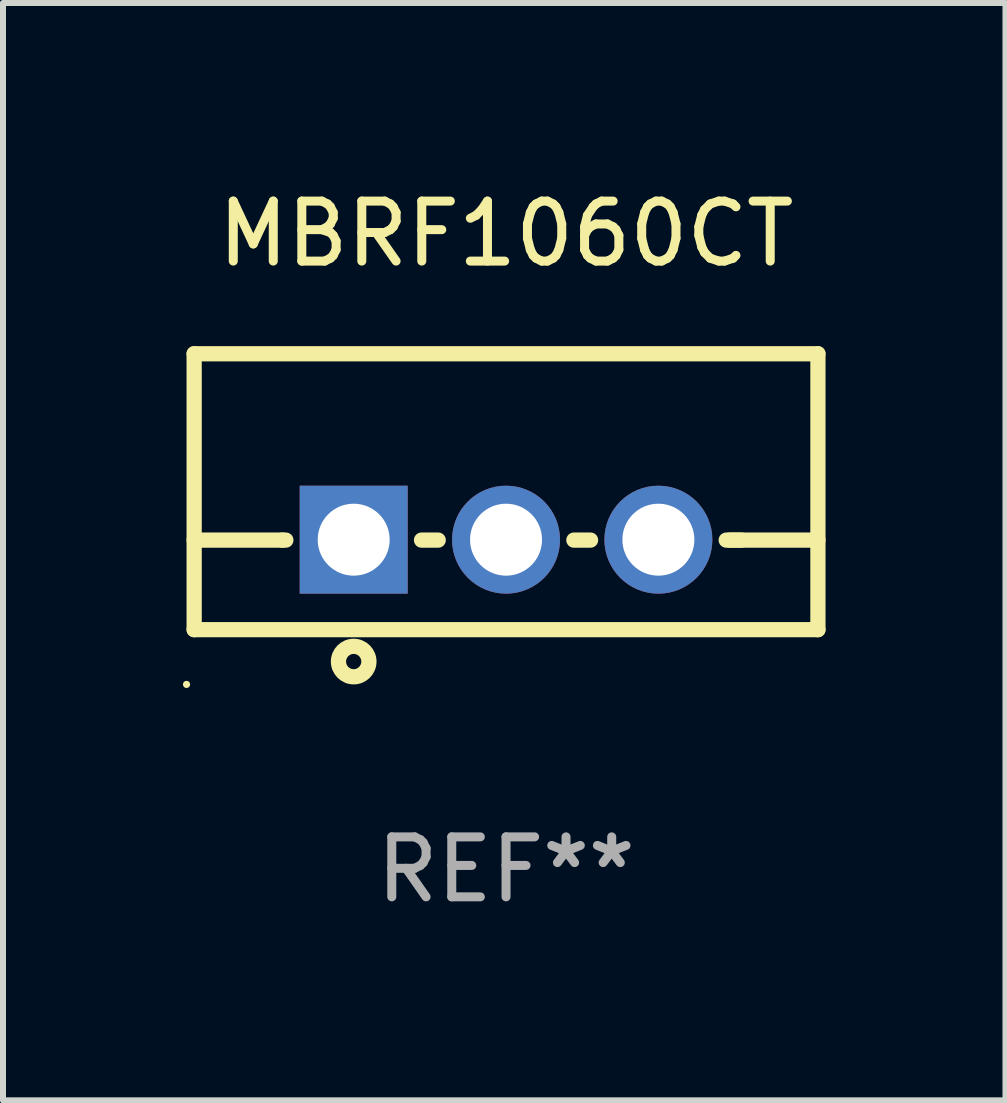
<source format=kicad_pcb>
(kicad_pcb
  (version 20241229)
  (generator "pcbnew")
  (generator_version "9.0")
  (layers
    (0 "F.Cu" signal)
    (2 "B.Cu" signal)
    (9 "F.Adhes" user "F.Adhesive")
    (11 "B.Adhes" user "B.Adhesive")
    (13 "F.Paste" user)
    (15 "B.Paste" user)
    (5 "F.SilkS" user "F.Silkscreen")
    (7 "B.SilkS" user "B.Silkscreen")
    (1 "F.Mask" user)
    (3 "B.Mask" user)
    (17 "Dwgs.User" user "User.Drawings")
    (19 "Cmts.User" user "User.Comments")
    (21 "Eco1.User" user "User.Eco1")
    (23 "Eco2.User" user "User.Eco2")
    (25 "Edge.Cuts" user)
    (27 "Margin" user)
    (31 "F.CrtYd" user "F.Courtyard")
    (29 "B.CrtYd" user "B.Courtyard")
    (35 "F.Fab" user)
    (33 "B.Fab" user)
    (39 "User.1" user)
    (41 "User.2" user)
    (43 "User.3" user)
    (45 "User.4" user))
  (footprint "MBRF1060CT"
    (layer "F.Cu")
    (at 5.387 5.148)
    (property "Reference" "MBRF1060CT" (at 0 -4.3 0) (layer "F.SilkS") (effects (font (size 1 1) (thickness 0.15))))
    (attr through_hole)
    (fp_line (start -5.2 -2.3) (end -5.2 2.3) (stroke (width 0.254) (type solid)) (layer "F.SilkS"))
    (fp_line (start -5.2 -2.3) (end 5.2 -2.3) (stroke (width 0.254) (type solid)) (layer "F.SilkS"))
    (fp_line (start -5.2 0.807) (end -3.731 0.807) (stroke (width 0.254) (type solid)) (layer "F.SilkS"))
    (fp_line (start -5.2 2.3) (end 5.2 2.3) (stroke (width 0.254) (type solid)) (layer "F.SilkS"))
    (fp_line (start -3.731 0.807) (end -3.671 0.807) (stroke (width 0.254) (type solid)) (layer "F.SilkS"))
    (fp_line (start -1.409 0.807) (end -1.131 0.807) (stroke (width 0.254) (type solid)) (layer "F.SilkS"))
    (fp_line (start 1.131 0.807) (end 1.409 0.807) (stroke (width 0.254) (type solid)) (layer "F.SilkS"))
    (fp_line (start 3.671 0.807) (end 3.926 0.807) (stroke (width 0.254) (type solid)) (layer "F.SilkS"))
    (fp_line (start 3.731 0.807) (end 5.2 0.807) (stroke (width 0.254) (type solid)) (layer "F.SilkS"))
    (fp_line (start 5.2 -2.3) (end 5.2 2.3) (stroke (width 0.254) (type solid)) (layer "F.SilkS"))
    (fp_circle (center -5.327 3.213) (end -5.297 3.213) (stroke (width 0.06) (type solid)) (fill no) (layer "F.SilkS"))
    (fp_circle (center -2.54 2.832) (end -2.286 2.832) (stroke (width 0.254) (type solid)) (fill no) (layer "F.SilkS"))
    (fp_text user "REF**" (at 0 6.3 0) (layer "F.Fab") (effects (font (size 1 1) (thickness 0.15))))
    (pad "1" thru_hole rect (at -2.54 0.8) (size 1.8 1.8) (drill 1.2) (layers "*.Cu" "*.Mask"))
    (pad "2" thru_hole circle (at 0 0.8) (size 1.8 1.8) (drill 1.2) (layers "*.Cu" "*.Mask"))
    (pad "3" thru_hole circle (at 2.54 0.8) (size 1.8 1.8) (drill 1.2) (layers "*.Cu" "*.Mask")))
  (gr_rect
    (start -3 -3)
    (end 13.714 15.296)
    (stroke (width 0.1) (type default))
    (fill no)
    (layer "Edge.Cuts")))
</source>
